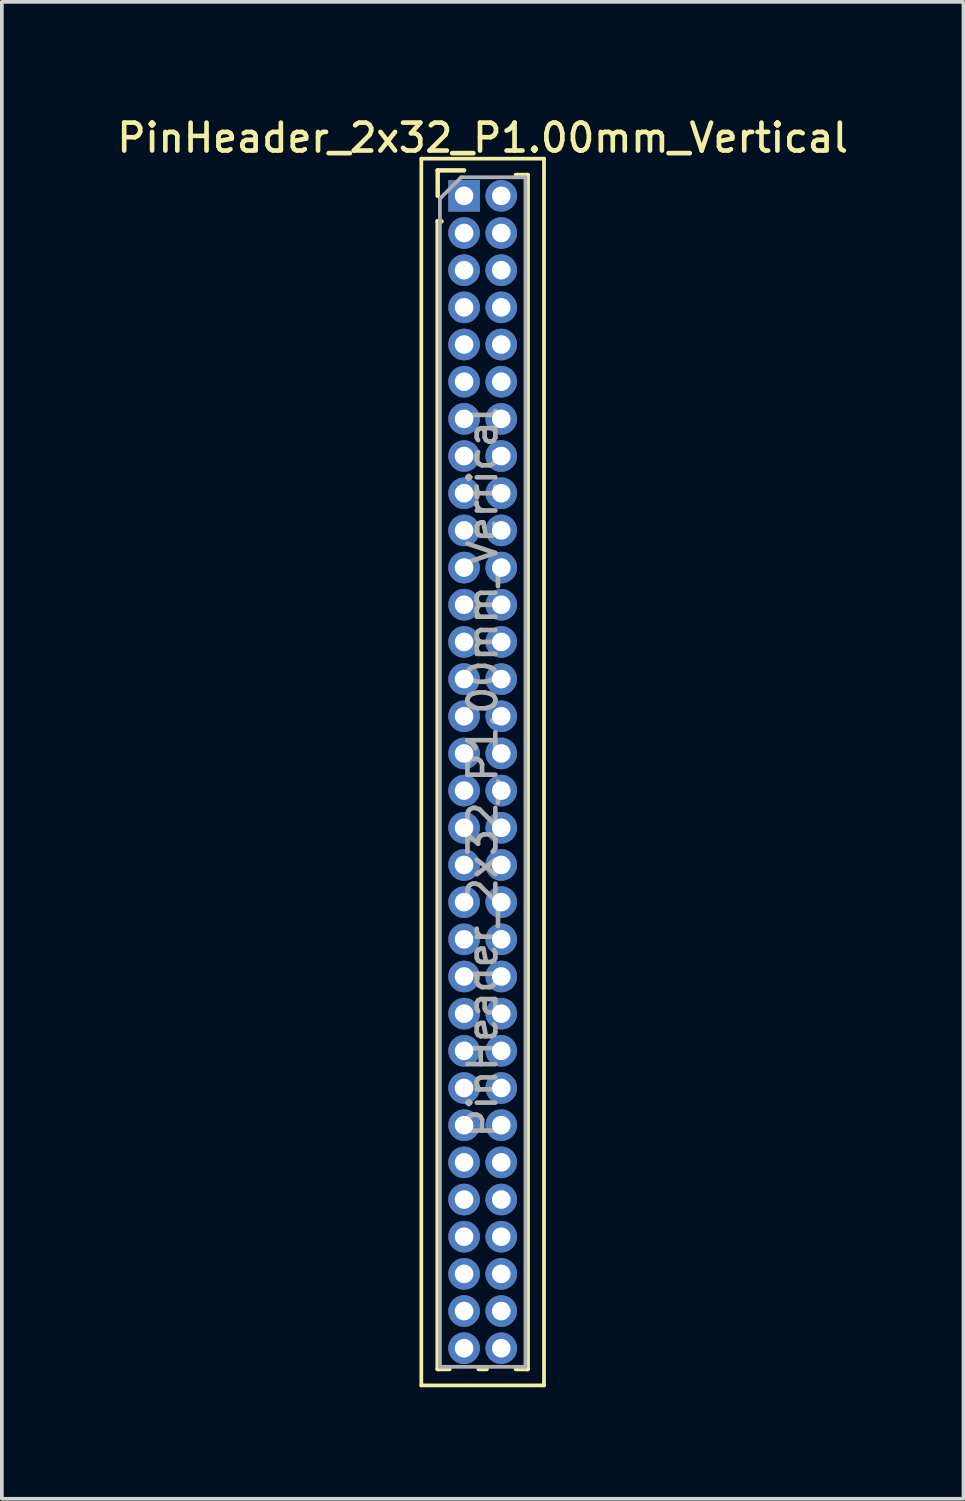
<source format=kicad_pcb>
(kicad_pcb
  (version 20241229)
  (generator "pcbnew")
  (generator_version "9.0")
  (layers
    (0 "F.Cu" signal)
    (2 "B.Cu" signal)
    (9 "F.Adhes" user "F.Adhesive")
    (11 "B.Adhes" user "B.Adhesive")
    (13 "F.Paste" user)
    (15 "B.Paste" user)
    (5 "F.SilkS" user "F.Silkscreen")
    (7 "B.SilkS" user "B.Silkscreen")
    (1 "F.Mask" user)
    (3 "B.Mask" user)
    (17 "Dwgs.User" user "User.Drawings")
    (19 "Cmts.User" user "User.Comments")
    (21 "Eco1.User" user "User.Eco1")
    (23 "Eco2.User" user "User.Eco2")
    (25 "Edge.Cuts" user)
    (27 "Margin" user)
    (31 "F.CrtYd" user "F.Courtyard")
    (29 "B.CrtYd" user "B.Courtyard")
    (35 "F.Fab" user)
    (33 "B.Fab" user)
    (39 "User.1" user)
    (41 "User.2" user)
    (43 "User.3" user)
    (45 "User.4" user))
  (footprint "PinHeader_2x32_P1.00mm_Vertical"
    (layer "F.Cu")
    (at 9.434 2.218)
    (property "Reference" "PinHeader_2x32_P1.00mm_Vertical" (at 0.5 -1.56 0) (layer "F.SilkS") (effects (font (size 0.75 0.75) (thickness 0.125))))
    (attr through_hole)
    (fp_line (start -1.15 -1) (end -1.15 32) (stroke (width 0.1) (type solid)) (layer "F.SilkS"))
    (fp_line (start -1.15 32) (end 2.15 32) (stroke (width 0.1) (type solid)) (layer "F.SilkS"))
    (fp_line (start -0.71 -0.685) (end 0 -0.685) (stroke (width 0.12) (type solid)) (layer "F.SilkS"))
    (fp_line (start -0.71 0) (end -0.71 -0.685) (stroke (width 0.12) (type solid)) (layer "F.SilkS"))
    (fp_line (start -0.71 0.685) (end -0.71 31.56) (stroke (width 0.12) (type solid)) (layer "F.SilkS"))
    (fp_line (start -0.71 0.685) (end -0.608 0.685) (stroke (width 0.12) (type solid)) (layer "F.SilkS"))
    (fp_line (start -0.71 31.56) (end -0.394 31.56) (stroke (width 0.12) (type solid)) (layer "F.SilkS"))
    (fp_line (start 0.394 31.56) (end 0.606 31.56) (stroke (width 0.12) (type solid)) (layer "F.SilkS"))
    (fp_line (start 1.394 -0.56) (end 1.71 -0.56) (stroke (width 0.12) (type solid)) (layer "F.SilkS"))
    (fp_line (start 1.394 31.56) (end 1.71 31.56) (stroke (width 0.12) (type solid)) (layer "F.SilkS"))
    (fp_line (start 1.71 -0.56) (end 1.71 31.56) (stroke (width 0.12) (type solid)) (layer "F.SilkS"))
    (fp_line (start 2.15 -1) (end -1.15 -1) (stroke (width 0.1) (type solid)) (layer "F.SilkS"))
    (fp_line (start 2.15 32) (end 2.15 -1) (stroke (width 0.1) (type solid)) (layer "F.SilkS"))
    (fp_line (start -0.65 0.075) (end -0.075 -0.5) (stroke (width 0.1) (type solid)) (layer "F.Fab"))
    (fp_line (start -0.65 31.5) (end -0.65 0.075) (stroke (width 0.1) (type solid)) (layer "F.Fab"))
    (fp_line (start -0.075 -0.5) (end 1.65 -0.5) (stroke (width 0.1) (type solid)) (layer "F.Fab"))
    (fp_line (start 1.65 -0.5) (end 1.65 31.5) (stroke (width 0.1) (type solid)) (layer "F.Fab"))
    (fp_line (start 1.65 31.5) (end -0.65 31.5) (stroke (width 0.1) (type solid)) (layer "F.Fab"))
    (fp_text user "${REFERENCE}" (at 0.5 15.5 90) (layer "F.Fab") (effects (font (size 0.75 0.75) (thickness 0.125))))
    (pad "1" thru_hole rect (at 0 0) (size 0.85 0.85) (drill 0.5) (layers "*.Cu" "*.Mask"))
    (pad "2" thru_hole oval (at 1 0) (size 0.85 0.85) (drill 0.5) (layers "*.Cu" "*.Mask"))
    (pad "3" thru_hole oval (at 0 1) (size 0.85 0.85) (drill 0.5) (layers "*.Cu" "*.Mask"))
    (pad "4" thru_hole oval (at 1 1) (size 0.85 0.85) (drill 0.5) (layers "*.Cu" "*.Mask"))
    (pad "5" thru_hole oval (at 0 2) (size 0.85 0.85) (drill 0.5) (layers "*.Cu" "*.Mask"))
    (pad "6" thru_hole oval (at 1 2) (size 0.85 0.85) (drill 0.5) (layers "*.Cu" "*.Mask"))
    (pad "7" thru_hole oval (at 0 3) (size 0.85 0.85) (drill 0.5) (layers "*.Cu" "*.Mask"))
    (pad "8" thru_hole oval (at 1 3) (size 0.85 0.85) (drill 0.5) (layers "*.Cu" "*.Mask"))
    (pad "9" thru_hole oval (at 0 4) (size 0.85 0.85) (drill 0.5) (layers "*.Cu" "*.Mask"))
    (pad "10" thru_hole oval (at 1 4) (size 0.85 0.85) (drill 0.5) (layers "*.Cu" "*.Mask"))
    (pad "11" thru_hole oval (at 0 5) (size 0.85 0.85) (drill 0.5) (layers "*.Cu" "*.Mask"))
    (pad "12" thru_hole oval (at 1 5) (size 0.85 0.85) (drill 0.5) (layers "*.Cu" "*.Mask"))
    (pad "13" thru_hole oval (at 0 6) (size 0.85 0.85) (drill 0.5) (layers "*.Cu" "*.Mask"))
    (pad "14" thru_hole oval (at 1 6) (size 0.85 0.85) (drill 0.5) (layers "*.Cu" "*.Mask"))
    (pad "15" thru_hole oval (at 0 7) (size 0.85 0.85) (drill 0.5) (layers "*.Cu" "*.Mask"))
    (pad "16" thru_hole oval (at 1 7) (size 0.85 0.85) (drill 0.5) (layers "*.Cu" "*.Mask"))
    (pad "17" thru_hole oval (at 0 8) (size 0.85 0.85) (drill 0.5) (layers "*.Cu" "*.Mask"))
    (pad "18" thru_hole oval (at 1 8) (size 0.85 0.85) (drill 0.5) (layers "*.Cu" "*.Mask"))
    (pad "19" thru_hole oval (at 0 9) (size 0.85 0.85) (drill 0.5) (layers "*.Cu" "*.Mask"))
    (pad "20" thru_hole oval (at 1 9) (size 0.85 0.85) (drill 0.5) (layers "*.Cu" "*.Mask"))
    (pad "21" thru_hole oval (at 0 10) (size 0.85 0.85) (drill 0.5) (layers "*.Cu" "*.Mask"))
    (pad "22" thru_hole oval (at 1 10) (size 0.85 0.85) (drill 0.5) (layers "*.Cu" "*.Mask"))
    (pad "23" thru_hole oval (at 0 11) (size 0.85 0.85) (drill 0.5) (layers "*.Cu" "*.Mask"))
    (pad "24" thru_hole oval (at 1 11) (size 0.85 0.85) (drill 0.5) (layers "*.Cu" "*.Mask"))
    (pad "25" thru_hole oval (at 0 12) (size 0.85 0.85) (drill 0.5) (layers "*.Cu" "*.Mask"))
    (pad "26" thru_hole oval (at 1 12) (size 0.85 0.85) (drill 0.5) (layers "*.Cu" "*.Mask"))
    (pad "27" thru_hole oval (at 0 13) (size 0.85 0.85) (drill 0.5) (layers "*.Cu" "*.Mask"))
    (pad "28" thru_hole oval (at 1 13) (size 0.85 0.85) (drill 0.5) (layers "*.Cu" "*.Mask"))
    (pad "29" thru_hole oval (at 0 14) (size 0.85 0.85) (drill 0.5) (layers "*.Cu" "*.Mask"))
    (pad "30" thru_hole oval (at 1 14) (size 0.85 0.85) (drill 0.5) (layers "*.Cu" "*.Mask"))
    (pad "31" thru_hole oval (at 0 15) (size 0.85 0.85) (drill 0.5) (layers "*.Cu" "*.Mask"))
    (pad "32" thru_hole oval (at 1 15) (size 0.85 0.85) (drill 0.5) (layers "*.Cu" "*.Mask"))
    (pad "33" thru_hole oval (at 0 16) (size 0.85 0.85) (drill 0.5) (layers "*.Cu" "*.Mask"))
    (pad "34" thru_hole oval (at 1 16) (size 0.85 0.85) (drill 0.5) (layers "*.Cu" "*.Mask"))
    (pad "35" thru_hole oval (at 0 17) (size 0.85 0.85) (drill 0.5) (layers "*.Cu" "*.Mask"))
    (pad "36" thru_hole oval (at 1 17) (size 0.85 0.85) (drill 0.5) (layers "*.Cu" "*.Mask"))
    (pad "37" thru_hole oval (at 0 18) (size 0.85 0.85) (drill 0.5) (layers "*.Cu" "*.Mask"))
    (pad "38" thru_hole oval (at 1 18) (size 0.85 0.85) (drill 0.5) (layers "*.Cu" "*.Mask"))
    (pad "39" thru_hole oval (at 0 19) (size 0.85 0.85) (drill 0.5) (layers "*.Cu" "*.Mask"))
    (pad "40" thru_hole oval (at 1 19) (size 0.85 0.85) (drill 0.5) (layers "*.Cu" "*.Mask"))
    (pad "41" thru_hole oval (at 0 20) (size 0.85 0.85) (drill 0.5) (layers "*.Cu" "*.Mask"))
    (pad "42" thru_hole oval (at 1 20) (size 0.85 0.85) (drill 0.5) (layers "*.Cu" "*.Mask"))
    (pad "43" thru_hole oval (at 0 21) (size 0.85 0.85) (drill 0.5) (layers "*.Cu" "*.Mask"))
    (pad "44" thru_hole oval (at 1 21) (size 0.85 0.85) (drill 0.5) (layers "*.Cu" "*.Mask"))
    (pad "45" thru_hole oval (at 0 22) (size 0.85 0.85) (drill 0.5) (layers "*.Cu" "*.Mask"))
    (pad "46" thru_hole oval (at 1 22) (size 0.85 0.85) (drill 0.5) (layers "*.Cu" "*.Mask"))
    (pad "47" thru_hole oval (at 0 23) (size 0.85 0.85) (drill 0.5) (layers "*.Cu" "*.Mask"))
    (pad "48" thru_hole oval (at 1 23) (size 0.85 0.85) (drill 0.5) (layers "*.Cu" "*.Mask"))
    (pad "49" thru_hole oval (at 0 24) (size 0.85 0.85) (drill 0.5) (layers "*.Cu" "*.Mask"))
    (pad "50" thru_hole oval (at 1 24) (size 0.85 0.85) (drill 0.5) (layers "*.Cu" "*.Mask"))
    (pad "51" thru_hole oval (at 0 25) (size 0.85 0.85) (drill 0.5) (layers "*.Cu" "*.Mask"))
    (pad "52" thru_hole oval (at 1 25) (size 0.85 0.85) (drill 0.5) (layers "*.Cu" "*.Mask"))
    (pad "53" thru_hole oval (at 0 26) (size 0.85 0.85) (drill 0.5) (layers "*.Cu" "*.Mask"))
    (pad "54" thru_hole oval (at 1 26) (size 0.85 0.85) (drill 0.5) (layers "*.Cu" "*.Mask"))
    (pad "55" thru_hole oval (at 0 27) (size 0.85 0.85) (drill 0.5) (layers "*.Cu" "*.Mask"))
    (pad "56" thru_hole oval (at 1 27) (size 0.85 0.85) (drill 0.5) (layers "*.Cu" "*.Mask"))
    (pad "57" thru_hole oval (at 0 28) (size 0.85 0.85) (drill 0.5) (layers "*.Cu" "*.Mask"))
    (pad "58" thru_hole oval (at 1 28) (size 0.85 0.85) (drill 0.5) (layers "*.Cu" "*.Mask"))
    (pad "59" thru_hole oval (at 0 29) (size 0.85 0.85) (drill 0.5) (layers "*.Cu" "*.Mask"))
    (pad "60" thru_hole oval (at 1 29) (size 0.85 0.85) (drill 0.5) (layers "*.Cu" "*.Mask"))
    (pad "61" thru_hole oval (at 0 30) (size 0.85 0.85) (drill 0.5) (layers "*.Cu" "*.Mask"))
    (pad "62" thru_hole oval (at 1 30) (size 0.85 0.85) (drill 0.5) (layers "*.Cu" "*.Mask"))
    (pad "63" thru_hole oval (at 0 31) (size 0.85 0.85) (drill 0.5) (layers "*.Cu" "*.Mask"))
    (pad "64" thru_hole oval (at 1 31) (size 0.85 0.85) (drill 0.5) (layers "*.Cu" "*.Mask")))
  (gr_rect
    (start -3 -3)
    (end 22.868 37.268)
    (stroke (width 0.1) (type default))
    (fill no)
    (layer "Edge.Cuts")))
</source>
